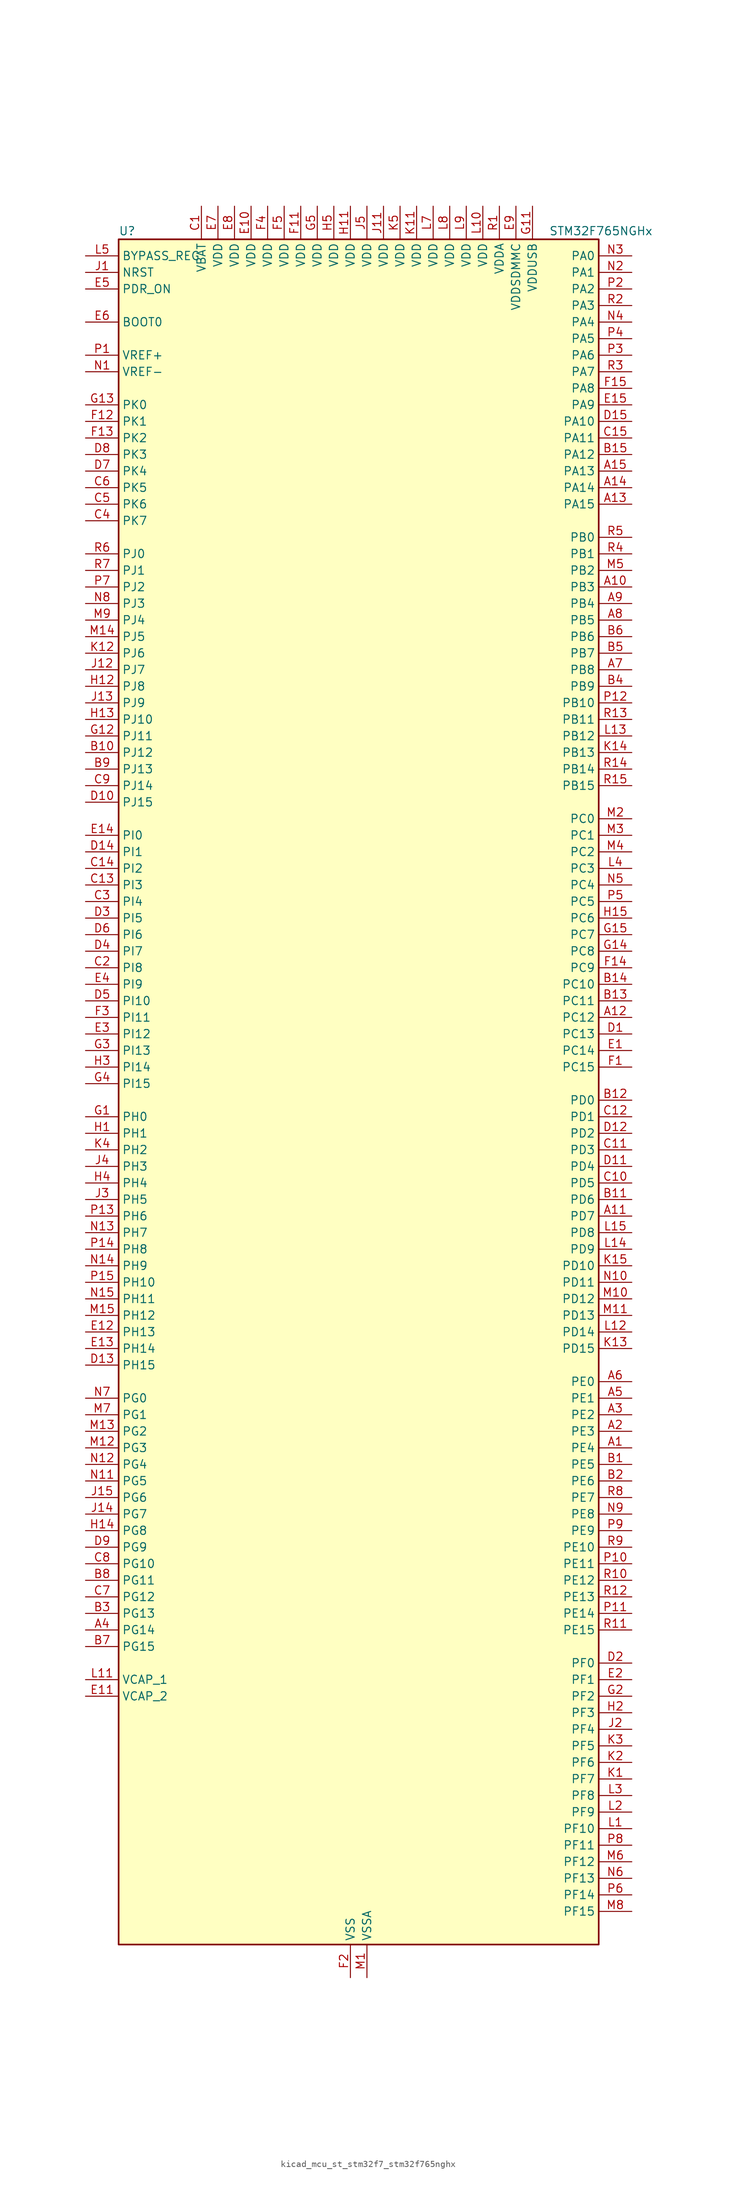
<source format=kicad_sym>
(kicad_symbol_lib
  (version 20220914)
  (generator kicad_symbol_editor)
  (symbol "kicad_mcu_st_stm32f7_stm32f765nghx"
    (property "Reference" "U"
      (at -35.56 133.35 0)
      (effects (font (size 1.27 1.27)) (justify left)))
    (property "Value" "STM32F765NGHx"
      (at 30.48 133.35 0)
      (effects (font (size 1.27 1.27)) (justify left)))
    (property "ki_locked" ""
      (at 0 0 0)
      (effects (font (size 1.27 1.27))))
    (symbol "kicad_mcu_st_stm32f7_stm32f765nghx_0_1"
      (rectangle (start -35.56 -129.54) (end 38.1 132.08) (stroke (width 0.254) (type default)) (fill (type background))))
    (symbol "kicad_mcu_st_stm32f7_stm32f765nghx_1_1"
      (pin bidirectional line (at 43.18 -53.34 180) (length 5.08) (name "PE4" (effects (font (size 1.27 1.27)))) (number "A1" (effects (font (size 1.27 1.27)))) (alternate "DCMI_D4" bidirectional line) (alternate "DFSDM1_DATIN3" bidirectional line) (alternate "FMC_A20" bidirectional line) (alternate "SAI1_FS_A" bidirectional line) (alternate "SPI4_NSS" bidirectional line) (alternate "SYS_TRACED1" bidirectional line))
      (pin bidirectional line (at 43.18 78.74 180) (length 5.08) (name "PB3" (effects (font (size 1.27 1.27)))) (number "A10" (effects (font (size 1.27 1.27)))) (alternate "CAN3_RX" bidirectional line) (alternate "I2S1_CK" bidirectional line) (alternate "I2S3_CK" bidirectional line) (alternate "SDMMC2_D2" bidirectional line) (alternate "SPI1_SCK" bidirectional line) (alternate "SPI3_SCK" bidirectional line) (alternate "SPI6_SCK" bidirectional line) (alternate "SYS_JTDO-SWO" bidirectional line) (alternate "TIM2_CH2" bidirectional line) (alternate "UART7_RX" bidirectional line))
      (pin bidirectional line (at 43.18 -17.78 180) (length 5.08) (name "PD7" (effects (font (size 1.27 1.27)))) (number "A11" (effects (font (size 1.27 1.27)))) (alternate "DFSDM1_CKIN1" bidirectional line) (alternate "DFSDM1_DATIN4" bidirectional line) (alternate "FMC_NE1" bidirectional line) (alternate "I2S1_SD" bidirectional line) (alternate "SDMMC2_CMD" bidirectional line) (alternate "SPDIFRX_IN0" bidirectional line) (alternate "SPI1_MOSI" bidirectional line) (alternate "USART2_CK" bidirectional line))
      (pin bidirectional line (at 43.18 12.7 180) (length 5.08) (name "PC12" (effects (font (size 1.27 1.27)))) (number "A12" (effects (font (size 1.27 1.27)))) (alternate "DCMI_D9" bidirectional line) (alternate "I2S3_SD" bidirectional line) (alternate "SDMMC1_CK" bidirectional line) (alternate "SPI3_MOSI" bidirectional line) (alternate "SYS_TRACED3" bidirectional line) (alternate "UART5_TX" bidirectional line) (alternate "USART3_CK" bidirectional line))
      (pin bidirectional line (at 43.18 91.44 180) (length 5.08) (name "PA15" (effects (font (size 1.27 1.27)))) (number "A13" (effects (font (size 1.27 1.27)))) (alternate "CAN3_TX" bidirectional line) (alternate "CEC" bidirectional line) (alternate "I2S1_WS" bidirectional line) (alternate "I2S3_WS" bidirectional line) (alternate "SPI1_NSS" bidirectional line) (alternate "SPI3_NSS" bidirectional line) (alternate "SPI6_NSS" bidirectional line) (alternate "SYS_JTDI" bidirectional line) (alternate "TIM2_CH1" bidirectional line) (alternate "TIM2_ETR" bidirectional line) (alternate "UART4_DE" bidirectional line) (alternate "UART4_RTS" bidirectional line) (alternate "UART7_TX" bidirectional line))
      (pin bidirectional line (at 43.18 93.98 180) (length 5.08) (name "PA14" (effects (font (size 1.27 1.27)))) (number "A14" (effects (font (size 1.27 1.27)))) (alternate "SYS_JTCK-SWCLK" bidirectional line))
      (pin bidirectional line (at 43.18 96.52 180) (length 5.08) (name "PA13" (effects (font (size 1.27 1.27)))) (number "A15" (effects (font (size 1.27 1.27)))) (alternate "SYS_JTMS-SWDIO" bidirectional line))
      (pin bidirectional line (at 43.18 -50.8 180) (length 5.08) (name "PE3" (effects (font (size 1.27 1.27)))) (number "A2" (effects (font (size 1.27 1.27)))) (alternate "FMC_A19" bidirectional line) (alternate "SAI1_SD_B" bidirectional line) (alternate "SYS_TRACED0" bidirectional line))
      (pin bidirectional line (at 43.18 -48.26 180) (length 5.08) (name "PE2" (effects (font (size 1.27 1.27)))) (number "A3" (effects (font (size 1.27 1.27)))) (alternate "ETH_TXD3" bidirectional line) (alternate "FMC_A23" bidirectional line) (alternate "QUADSPI_BK1_IO2" bidirectional line) (alternate "SAI1_MCLK_A" bidirectional line) (alternate "SPI4_SCK" bidirectional line) (alternate "SYS_TRACECLK" bidirectional line))
      (pin bidirectional line (at -40.64 -81.28 0) (length 5.08) (name "PG14" (effects (font (size 1.27 1.27)))) (number "A4" (effects (font (size 1.27 1.27)))) (alternate "ETH_TXD1" bidirectional line) (alternate "FMC_A25" bidirectional line) (alternate "LPTIM1_ETR" bidirectional line) (alternate "QUADSPI_BK2_IO3" bidirectional line) (alternate "SPI6_MOSI" bidirectional line) (alternate "SYS_TRACED1" bidirectional line) (alternate "USART6_TX" bidirectional line))
      (pin bidirectional line (at 43.18 -45.72 180) (length 5.08) (name "PE1" (effects (font (size 1.27 1.27)))) (number "A5" (effects (font (size 1.27 1.27)))) (alternate "DCMI_D3" bidirectional line) (alternate "FMC_NBL1" bidirectional line) (alternate "LPTIM1_IN2" bidirectional line) (alternate "UART8_TX" bidirectional line))
      (pin bidirectional line (at 43.18 -43.18 180) (length 5.08) (name "PE0" (effects (font (size 1.27 1.27)))) (number "A6" (effects (font (size 1.27 1.27)))) (alternate "DCMI_D2" bidirectional line) (alternate "FMC_NBL0" bidirectional line) (alternate "LPTIM1_ETR" bidirectional line) (alternate "SAI2_MCLK_A" bidirectional line) (alternate "TIM4_ETR" bidirectional line) (alternate "UART8_RX" bidirectional line))
      (pin bidirectional line (at 43.18 66.04 180) (length 5.08) (name "PB8" (effects (font (size 1.27 1.27)))) (number "A7" (effects (font (size 1.27 1.27)))) (alternate "CAN1_RX" bidirectional line) (alternate "DCMI_D6" bidirectional line) (alternate "DFSDM1_CKIN7" bidirectional line) (alternate "ETH_TXD3" bidirectional line) (alternate "I2C1_SCL" bidirectional line) (alternate "I2C4_SCL" bidirectional line) (alternate "SDMMC1_D4" bidirectional line) (alternate "SDMMC2_D4" bidirectional line) (alternate "TIM10_CH1" bidirectional line) (alternate "TIM4_CH3" bidirectional line) (alternate "UART5_RX" bidirectional line))
      (pin bidirectional line (at 43.18 73.66 180) (length 5.08) (name "PB5" (effects (font (size 1.27 1.27)))) (number "A8" (effects (font (size 1.27 1.27)))) (alternate "CAN2_RX" bidirectional line) (alternate "DCMI_D10" bidirectional line) (alternate "ETH_PPS_OUT" bidirectional line) (alternate "FMC_SDCKE1" bidirectional line) (alternate "I2C1_SMBA" bidirectional line) (alternate "I2S1_SD" bidirectional line) (alternate "I2S3_SD" bidirectional line) (alternate "SPI1_MOSI" bidirectional line) (alternate "SPI3_MOSI" bidirectional line) (alternate "SPI6_MOSI" bidirectional line) (alternate "TIM3_CH2" bidirectional line) (alternate "UART5_RX" bidirectional line) (alternate "USB_OTG_HS_ULPI_D7" bidirectional line))
      (pin bidirectional line (at 43.18 76.2 180) (length 5.08) (name "PB4" (effects (font (size 1.27 1.27)))) (number "A9" (effects (font (size 1.27 1.27)))) (alternate "CAN3_TX" bidirectional line) (alternate "I2S2_WS" bidirectional line) (alternate "SDMMC2_D3" bidirectional line) (alternate "SPI1_MISO" bidirectional line) (alternate "SPI2_NSS" bidirectional line) (alternate "SPI3_MISO" bidirectional line) (alternate "SPI6_MISO" bidirectional line) (alternate "SYS_JTRST" bidirectional line) (alternate "TIM3_CH1" bidirectional line) (alternate "UART7_TX" bidirectional line))
      (pin bidirectional line (at 43.18 -55.88 180) (length 5.08) (name "PE5" (effects (font (size 1.27 1.27)))) (number "B1" (effects (font (size 1.27 1.27)))) (alternate "DCMI_D6" bidirectional line) (alternate "DFSDM1_CKIN3" bidirectional line) (alternate "FMC_A21" bidirectional line) (alternate "SAI1_SCK_A" bidirectional line) (alternate "SPI4_MISO" bidirectional line) (alternate "SYS_TRACED2" bidirectional line) (alternate "TIM9_CH1" bidirectional line))
      (pin bidirectional line (at -40.64 53.34 0) (length 5.08) (name "PJ12" (effects (font (size 1.27 1.27)))) (number "B10" (effects (font (size 1.27 1.27)))))
      (pin bidirectional line (at 43.18 -15.24 180) (length 5.08) (name "PD6" (effects (font (size 1.27 1.27)))) (number "B11" (effects (font (size 1.27 1.27)))) (alternate "DCMI_D10" bidirectional line) (alternate "DFSDM1_CKIN4" bidirectional line) (alternate "DFSDM1_DATIN1" bidirectional line) (alternate "FMC_NWAIT" bidirectional line) (alternate "I2S3_SD" bidirectional line) (alternate "SAI1_SD_A" bidirectional line) (alternate "SDMMC2_CK" bidirectional line) (alternate "SPI3_MOSI" bidirectional line) (alternate "USART2_RX" bidirectional line))
      (pin bidirectional line (at 43.18 0 180) (length 5.08) (name "PD0" (effects (font (size 1.27 1.27)))) (number "B12" (effects (font (size 1.27 1.27)))) (alternate "CAN1_RX" bidirectional line) (alternate "DFSDM1_CKIN6" bidirectional line) (alternate "DFSDM1_DATIN7" bidirectional line) (alternate "FMC_D2" bidirectional line) (alternate "FMC_DA2" bidirectional line) (alternate "UART4_RX" bidirectional line))
      (pin bidirectional line (at 43.18 15.24 180) (length 5.08) (name "PC11" (effects (font (size 1.27 1.27)))) (number "B13" (effects (font (size 1.27 1.27)))) (alternate "ADC1_EXTI11" bidirectional line) (alternate "ADC2_EXTI11" bidirectional line) (alternate "ADC3_EXTI11" bidirectional line) (alternate "DCMI_D4" bidirectional line) (alternate "DFSDM1_DATIN5" bidirectional line) (alternate "QUADSPI_BK2_NCS" bidirectional line) (alternate "SDMMC1_D3" bidirectional line) (alternate "SPI3_MISO" bidirectional line) (alternate "UART4_RX" bidirectional line) (alternate "USART3_RX" bidirectional line))
      (pin bidirectional line (at 43.18 17.78 180) (length 5.08) (name "PC10" (effects (font (size 1.27 1.27)))) (number "B14" (effects (font (size 1.27 1.27)))) (alternate "DCMI_D8" bidirectional line) (alternate "DFSDM1_CKIN5" bidirectional line) (alternate "I2S3_CK" bidirectional line) (alternate "QUADSPI_BK1_IO1" bidirectional line) (alternate "SDMMC1_D2" bidirectional line) (alternate "SPI3_SCK" bidirectional line) (alternate "UART4_TX" bidirectional line) (alternate "USART3_TX" bidirectional line))
      (pin bidirectional line (at 43.18 99.06 180) (length 5.08) (name "PA12" (effects (font (size 1.27 1.27)))) (number "B15" (effects (font (size 1.27 1.27)))) (alternate "CAN1_TX" bidirectional line) (alternate "I2S2_CK" bidirectional line) (alternate "SAI2_FS_B" bidirectional line) (alternate "SPI2_SCK" bidirectional line) (alternate "TIM1_ETR" bidirectional line) (alternate "UART4_TX" bidirectional line) (alternate "USART1_DE" bidirectional line) (alternate "USART1_RTS" bidirectional line) (alternate "USB_OTG_FS_DP" bidirectional line))
      (pin bidirectional line (at 43.18 -58.42 180) (length 5.08) (name "PE6" (effects (font (size 1.27 1.27)))) (number "B2" (effects (font (size 1.27 1.27)))) (alternate "DCMI_D7" bidirectional line) (alternate "FMC_A22" bidirectional line) (alternate "SAI1_SD_A" bidirectional line) (alternate "SAI2_MCLK_B" bidirectional line) (alternate "SPI4_MOSI" bidirectional line) (alternate "SYS_TRACED3" bidirectional line) (alternate "TIM1_BKIN2" bidirectional line) (alternate "TIM9_CH2" bidirectional line))
      (pin bidirectional line (at -40.64 -78.74 0) (length 5.08) (name "PG13" (effects (font (size 1.27 1.27)))) (number "B3" (effects (font (size 1.27 1.27)))) (alternate "ETH_TXD0" bidirectional line) (alternate "FMC_A24" bidirectional line) (alternate "LPTIM1_OUT" bidirectional line) (alternate "SPI6_SCK" bidirectional line) (alternate "SYS_TRACED0" bidirectional line) (alternate "USART6_CTS" bidirectional line))
      (pin bidirectional line (at 43.18 63.5 180) (length 5.08) (name "PB9" (effects (font (size 1.27 1.27)))) (number "B4" (effects (font (size 1.27 1.27)))) (alternate "CAN1_TX" bidirectional line) (alternate "DAC_EXTI9" bidirectional line) (alternate "DCMI_D7" bidirectional line) (alternate "DFSDM1_DATIN7" bidirectional line) (alternate "I2C1_SDA" bidirectional line) (alternate "I2C4_SDA" bidirectional line) (alternate "I2C4_SMBA" bidirectional line) (alternate "I2S2_WS" bidirectional line) (alternate "SDMMC1_D5" bidirectional line) (alternate "SDMMC2_D5" bidirectional line) (alternate "SPI2_NSS" bidirectional line) (alternate "TIM11_CH1" bidirectional line) (alternate "TIM4_CH4" bidirectional line) (alternate "UART5_TX" bidirectional line))
      (pin bidirectional line (at 43.18 68.58 180) (length 5.08) (name "PB7" (effects (font (size 1.27 1.27)))) (number "B5" (effects (font (size 1.27 1.27)))) (alternate "DCMI_VSYNC" bidirectional line) (alternate "DFSDM1_CKIN5" bidirectional line) (alternate "FMC_NL" bidirectional line) (alternate "I2C1_SDA" bidirectional line) (alternate "I2C4_SDA" bidirectional line) (alternate "TIM4_CH2" bidirectional line) (alternate "USART1_RX" bidirectional line))
      (pin bidirectional line (at 43.18 71.12 180) (length 5.08) (name "PB6" (effects (font (size 1.27 1.27)))) (number "B6" (effects (font (size 1.27 1.27)))) (alternate "CAN2_TX" bidirectional line) (alternate "CEC" bidirectional line) (alternate "DCMI_D5" bidirectional line) (alternate "DFSDM1_DATIN5" bidirectional line) (alternate "FMC_SDNE1" bidirectional line) (alternate "I2C1_SCL" bidirectional line) (alternate "I2C4_SCL" bidirectional line) (alternate "QUADSPI_BK1_NCS" bidirectional line) (alternate "TIM4_CH1" bidirectional line) (alternate "UART5_TX" bidirectional line) (alternate "USART1_TX" bidirectional line))
      (pin bidirectional line (at -40.64 -83.82 0) (length 5.08) (name "PG15" (effects (font (size 1.27 1.27)))) (number "B7" (effects (font (size 1.27 1.27)))) (alternate "DCMI_D13" bidirectional line) (alternate "FMC_SDNCAS" bidirectional line) (alternate "USART6_CTS" bidirectional line))
      (pin bidirectional line (at -40.64 -73.66 0) (length 5.08) (name "PG11" (effects (font (size 1.27 1.27)))) (number "B8" (effects (font (size 1.27 1.27)))) (alternate "ADC1_EXTI11" bidirectional line) (alternate "ADC2_EXTI11" bidirectional line) (alternate "ADC3_EXTI11" bidirectional line) (alternate "DCMI_D3" bidirectional line) (alternate "ETH_TX_EN" bidirectional line) (alternate "I2S1_CK" bidirectional line) (alternate "SDMMC2_D2" bidirectional line) (alternate "SPDIFRX_IN0" bidirectional line) (alternate "SPI1_SCK" bidirectional line))
      (pin bidirectional line (at -40.64 50.8 0) (length 5.08) (name "PJ13" (effects (font (size 1.27 1.27)))) (number "B9" (effects (font (size 1.27 1.27)))))
      (pin power_in line (at -22.86 137.16 270) (length 5.08) (name "VBAT" (effects (font (size 1.27 1.27)))) (number "C1" (effects (font (size 1.27 1.27)))))
      (pin bidirectional line (at 43.18 -12.7 180) (length 5.08) (name "PD5" (effects (font (size 1.27 1.27)))) (number "C10" (effects (font (size 1.27 1.27)))) (alternate "FMC_NWE" bidirectional line) (alternate "USART2_TX" bidirectional line))
      (pin bidirectional line (at 43.18 -7.62 180) (length 5.08) (name "PD3" (effects (font (size 1.27 1.27)))) (number "C11" (effects (font (size 1.27 1.27)))) (alternate "DCMI_D5" bidirectional line) (alternate "DFSDM1_CKOUT" bidirectional line) (alternate "DFSDM1_DATIN0" bidirectional line) (alternate "FMC_CLK" bidirectional line) (alternate "I2S2_CK" bidirectional line) (alternate "SPI2_SCK" bidirectional line) (alternate "USART2_CTS" bidirectional line))
      (pin bidirectional line (at 43.18 -2.54 180) (length 5.08) (name "PD1" (effects (font (size 1.27 1.27)))) (number "C12" (effects (font (size 1.27 1.27)))) (alternate "CAN1_TX" bidirectional line) (alternate "DFSDM1_CKIN7" bidirectional line) (alternate "DFSDM1_DATIN6" bidirectional line) (alternate "FMC_D3" bidirectional line) (alternate "FMC_DA3" bidirectional line) (alternate "UART4_TX" bidirectional line))
      (pin bidirectional line (at -40.64 33.02 0) (length 5.08) (name "PI3" (effects (font (size 1.27 1.27)))) (number "C13" (effects (font (size 1.27 1.27)))) (alternate "DCMI_D10" bidirectional line) (alternate "FMC_D27" bidirectional line) (alternate "I2S2_SD" bidirectional line) (alternate "SPI2_MOSI" bidirectional line) (alternate "TIM8_ETR" bidirectional line))
      (pin bidirectional line (at -40.64 35.56 0) (length 5.08) (name "PI2" (effects (font (size 1.27 1.27)))) (number "C14" (effects (font (size 1.27 1.27)))) (alternate "DCMI_D9" bidirectional line) (alternate "FMC_D26" bidirectional line) (alternate "SPI2_MISO" bidirectional line) (alternate "TIM8_CH4" bidirectional line))
      (pin bidirectional line (at 43.18 101.6 180) (length 5.08) (name "PA11" (effects (font (size 1.27 1.27)))) (number "C15" (effects (font (size 1.27 1.27)))) (alternate "ADC1_EXTI11" bidirectional line) (alternate "ADC2_EXTI11" bidirectional line) (alternate "ADC3_EXTI11" bidirectional line) (alternate "CAN1_RX" bidirectional line) (alternate "I2S2_WS" bidirectional line) (alternate "SPI2_NSS" bidirectional line) (alternate "TIM1_CH4" bidirectional line) (alternate "UART4_RX" bidirectional line) (alternate "USART1_CTS" bidirectional line) (alternate "USB_OTG_FS_DM" bidirectional line))
      (pin bidirectional line (at -40.64 20.32 0) (length 5.08) (name "PI8" (effects (font (size 1.27 1.27)))) (number "C2" (effects (font (size 1.27 1.27)))) (alternate "RTC_TAMP2" bidirectional line) (alternate "RTC_TS" bidirectional line) (alternate "SYS_WKUP5" bidirectional line))
      (pin bidirectional line (at -40.64 30.48 0) (length 5.08) (name "PI4" (effects (font (size 1.27 1.27)))) (number "C3" (effects (font (size 1.27 1.27)))) (alternate "DCMI_D5" bidirectional line) (alternate "FMC_NBL2" bidirectional line) (alternate "SAI2_MCLK_A" bidirectional line) (alternate "TIM8_BKIN" bidirectional line))
      (pin bidirectional line (at -40.64 88.9 0) (length 5.08) (name "PK7" (effects (font (size 1.27 1.27)))) (number "C4" (effects (font (size 1.27 1.27)))))
      (pin bidirectional line (at -40.64 91.44 0) (length 5.08) (name "PK6" (effects (font (size 1.27 1.27)))) (number "C5" (effects (font (size 1.27 1.27)))))
      (pin bidirectional line (at -40.64 93.98 0) (length 5.08) (name "PK5" (effects (font (size 1.27 1.27)))) (number "C6" (effects (font (size 1.27 1.27)))))
      (pin bidirectional line (at -40.64 -76.2 0) (length 5.08) (name "PG12" (effects (font (size 1.27 1.27)))) (number "C7" (effects (font (size 1.27 1.27)))) (alternate "FMC_NE4" bidirectional line) (alternate "LPTIM1_IN1" bidirectional line) (alternate "SDMMC2_D3" bidirectional line) (alternate "SPDIFRX_IN1" bidirectional line) (alternate "SPI6_MISO" bidirectional line) (alternate "USART6_DE" bidirectional line) (alternate "USART6_RTS" bidirectional line))
      (pin bidirectional line (at -40.64 -71.12 0) (length 5.08) (name "PG10" (effects (font (size 1.27 1.27)))) (number "C8" (effects (font (size 1.27 1.27)))) (alternate "DCMI_D2" bidirectional line) (alternate "FMC_NE3" bidirectional line) (alternate "I2S1_WS" bidirectional line) (alternate "SAI2_SD_B" bidirectional line) (alternate "SDMMC2_D1" bidirectional line) (alternate "SPI1_NSS" bidirectional line))
      (pin bidirectional line (at -40.64 48.26 0) (length 5.08) (name "PJ14" (effects (font (size 1.27 1.27)))) (number "C9" (effects (font (size 1.27 1.27)))))
      (pin bidirectional line (at 43.18 10.16 180) (length 5.08) (name "PC13" (effects (font (size 1.27 1.27)))) (number "D1" (effects (font (size 1.27 1.27)))) (alternate "RTC_OUT" bidirectional line) (alternate "RTC_TAMP1" bidirectional line) (alternate "RTC_TS" bidirectional line) (alternate "SYS_WKUP4" bidirectional line))
      (pin bidirectional line (at -40.64 45.72 0) (length 5.08) (name "PJ15" (effects (font (size 1.27 1.27)))) (number "D10" (effects (font (size 1.27 1.27)))))
      (pin bidirectional line (at 43.18 -10.16 180) (length 5.08) (name "PD4" (effects (font (size 1.27 1.27)))) (number "D11" (effects (font (size 1.27 1.27)))) (alternate "DFSDM1_CKIN0" bidirectional line) (alternate "FMC_NOE" bidirectional line) (alternate "USART2_DE" bidirectional line) (alternate "USART2_RTS" bidirectional line))
      (pin bidirectional line (at 43.18 -5.08 180) (length 5.08) (name "PD2" (effects (font (size 1.27 1.27)))) (number "D12" (effects (font (size 1.27 1.27)))) (alternate "DCMI_D11" bidirectional line) (alternate "SDMMC1_CMD" bidirectional line) (alternate "SYS_TRACED2" bidirectional line) (alternate "TIM3_ETR" bidirectional line) (alternate "UART5_RX" bidirectional line))
      (pin bidirectional line (at -40.64 -40.64 0) (length 5.08) (name "PH15" (effects (font (size 1.27 1.27)))) (number "D13" (effects (font (size 1.27 1.27)))) (alternate "DCMI_D11" bidirectional line) (alternate "FMC_D23" bidirectional line) (alternate "TIM8_CH3N" bidirectional line))
      (pin bidirectional line (at -40.64 38.1 0) (length 5.08) (name "PI1" (effects (font (size 1.27 1.27)))) (number "D14" (effects (font (size 1.27 1.27)))) (alternate "DCMI_D8" bidirectional line) (alternate "FMC_D25" bidirectional line) (alternate "I2S2_CK" bidirectional line) (alternate "SPI2_SCK" bidirectional line) (alternate "TIM8_BKIN2" bidirectional line))
      (pin bidirectional line (at 43.18 104.14 180) (length 5.08) (name "PA10" (effects (font (size 1.27 1.27)))) (number "D15" (effects (font (size 1.27 1.27)))) (alternate "DCMI_D1" bidirectional line) (alternate "MDIOS_MDIO" bidirectional line) (alternate "TIM1_CH3" bidirectional line) (alternate "USART1_RX" bidirectional line) (alternate "USB_OTG_FS_ID" bidirectional line))
      (pin bidirectional line (at 43.18 -86.36 180) (length 5.08) (name "PF0" (effects (font (size 1.27 1.27)))) (number "D2" (effects (font (size 1.27 1.27)))) (alternate "FMC_A0" bidirectional line) (alternate "I2C2_SDA" bidirectional line))
      (pin bidirectional line (at -40.64 27.94 0) (length 5.08) (name "PI5" (effects (font (size 1.27 1.27)))) (number "D3" (effects (font (size 1.27 1.27)))) (alternate "DCMI_VSYNC" bidirectional line) (alternate "FMC_NBL3" bidirectional line) (alternate "SAI2_SCK_A" bidirectional line) (alternate "TIM8_CH1" bidirectional line))
      (pin bidirectional line (at -40.64 22.86 0) (length 5.08) (name "PI7" (effects (font (size 1.27 1.27)))) (number "D4" (effects (font (size 1.27 1.27)))) (alternate "DCMI_D7" bidirectional line) (alternate "FMC_D29" bidirectional line) (alternate "SAI2_FS_A" bidirectional line) (alternate "TIM8_CH3" bidirectional line))
      (pin bidirectional line (at -40.64 15.24 0) (length 5.08) (name "PI10" (effects (font (size 1.27 1.27)))) (number "D5" (effects (font (size 1.27 1.27)))) (alternate "ETH_RX_ER" bidirectional line) (alternate "FMC_D31" bidirectional line))
      (pin bidirectional line (at -40.64 25.4 0) (length 5.08) (name "PI6" (effects (font (size 1.27 1.27)))) (number "D6" (effects (font (size 1.27 1.27)))) (alternate "DCMI_D6" bidirectional line) (alternate "FMC_D28" bidirectional line) (alternate "SAI2_SD_A" bidirectional line) (alternate "TIM8_CH2" bidirectional line))
      (pin bidirectional line (at -40.64 96.52 0) (length 5.08) (name "PK4" (effects (font (size 1.27 1.27)))) (number "D7" (effects (font (size 1.27 1.27)))))
      (pin bidirectional line (at -40.64 99.06 0) (length 5.08) (name "PK3" (effects (font (size 1.27 1.27)))) (number "D8" (effects (font (size 1.27 1.27)))))
      (pin bidirectional line (at -40.64 -68.58 0) (length 5.08) (name "PG9" (effects (font (size 1.27 1.27)))) (number "D9" (effects (font (size 1.27 1.27)))) (alternate "DAC_EXTI9" bidirectional line) (alternate "DCMI_VSYNC" bidirectional line) (alternate "FMC_NCE" bidirectional line) (alternate "FMC_NE2" bidirectional line) (alternate "QUADSPI_BK2_IO2" bidirectional line) (alternate "SAI2_FS_B" bidirectional line) (alternate "SDMMC2_D0" bidirectional line) (alternate "SPDIFRX_IN3" bidirectional line) (alternate "SPI1_MISO" bidirectional line) (alternate "USART6_RX" bidirectional line))
      (pin bidirectional line (at 43.18 7.62 180) (length 5.08) (name "PC14" (effects (font (size 1.27 1.27)))) (number "E1" (effects (font (size 1.27 1.27)))) (alternate "RCC_OSC32_IN" bidirectional line))
      (pin power_in line (at -15.24 137.16 270) (length 5.08) (name "VDD" (effects (font (size 1.27 1.27)))) (number "E10" (effects (font (size 1.27 1.27)))))
      (pin power_out line (at -40.64 -91.44 0) (length 5.08) (name "VCAP_2" (effects (font (size 1.27 1.27)))) (number "E11" (effects (font (size 1.27 1.27)))))
      (pin bidirectional line (at -40.64 -35.56 0) (length 5.08) (name "PH13" (effects (font (size 1.27 1.27)))) (number "E12" (effects (font (size 1.27 1.27)))) (alternate "CAN1_TX" bidirectional line) (alternate "FMC_D21" bidirectional line) (alternate "TIM8_CH1N" bidirectional line) (alternate "UART4_TX" bidirectional line))
      (pin bidirectional line (at -40.64 -38.1 0) (length 5.08) (name "PH14" (effects (font (size 1.27 1.27)))) (number "E13" (effects (font (size 1.27 1.27)))) (alternate "CAN1_RX" bidirectional line) (alternate "DCMI_D4" bidirectional line) (alternate "FMC_D22" bidirectional line) (alternate "TIM8_CH2N" bidirectional line) (alternate "UART4_RX" bidirectional line))
      (pin bidirectional line (at -40.64 40.64 0) (length 5.08) (name "PI0" (effects (font (size 1.27 1.27)))) (number "E14" (effects (font (size 1.27 1.27)))) (alternate "DCMI_D13" bidirectional line) (alternate "FMC_D24" bidirectional line) (alternate "I2S2_WS" bidirectional line) (alternate "SPI2_NSS" bidirectional line) (alternate "TIM5_CH4" bidirectional line))
      (pin bidirectional line (at 43.18 106.68 180) (length 5.08) (name "PA9" (effects (font (size 1.27 1.27)))) (number "E15" (effects (font (size 1.27 1.27)))) (alternate "DAC_EXTI9" bidirectional line) (alternate "DCMI_D0" bidirectional line) (alternate "I2C3_SMBA" bidirectional line) (alternate "I2S2_CK" bidirectional line) (alternate "SPI2_SCK" bidirectional line) (alternate "TIM1_CH2" bidirectional line) (alternate "USART1_TX" bidirectional line) (alternate "USB_OTG_FS_VBUS" bidirectional line))
      (pin bidirectional line (at 43.18 -88.9 180) (length 5.08) (name "PF1" (effects (font (size 1.27 1.27)))) (number "E2" (effects (font (size 1.27 1.27)))) (alternate "FMC_A1" bidirectional line) (alternate "I2C2_SCL" bidirectional line))
      (pin bidirectional line (at -40.64 10.16 0) (length 5.08) (name "PI12" (effects (font (size 1.27 1.27)))) (number "E3" (effects (font (size 1.27 1.27)))))
      (pin bidirectional line (at -40.64 17.78 0) (length 5.08) (name "PI9" (effects (font (size 1.27 1.27)))) (number "E4" (effects (font (size 1.27 1.27)))) (alternate "CAN1_RX" bidirectional line) (alternate "DAC_EXTI9" bidirectional line) (alternate "FMC_D30" bidirectional line) (alternate "UART4_RX" bidirectional line))
      (pin input line (at -40.64 124.46 0) (length 5.08) (name "PDR_ON" (effects (font (size 1.27 1.27)))) (number "E5" (effects (font (size 1.27 1.27)))))
      (pin input line (at -40.64 119.38 0) (length 5.08) (name "BOOT0" (effects (font (size 1.27 1.27)))) (number "E6" (effects (font (size 1.27 1.27)))))
      (pin power_in line (at -20.32 137.16 270) (length 5.08) (name "VDD" (effects (font (size 1.27 1.27)))) (number "E7" (effects (font (size 1.27 1.27)))))
      (pin power_in line (at -17.78 137.16 270) (length 5.08) (name "VDD" (effects (font (size 1.27 1.27)))) (number "E8" (effects (font (size 1.27 1.27)))))
      (pin power_in line (at 25.4 137.16 270) (length 5.08) (name "VDDSDMMC" (effects (font (size 1.27 1.27)))) (number "E9" (effects (font (size 1.27 1.27)))))
      (pin bidirectional line (at 43.18 5.08 180) (length 5.08) (name "PC15" (effects (font (size 1.27 1.27)))) (number "F1" (effects (font (size 1.27 1.27)))) (alternate "RCC_OSC32_OUT" bidirectional line))
      (pin passive line (at 0 -134.62 90) (length 5.08) hide (name "VSS" (effects (font (size 1.27 1.27)))) (number "F10" (effects (font (size 1.27 1.27)))))
      (pin power_in line (at -7.62 137.16 270) (length 5.08) (name "VDD" (effects (font (size 1.27 1.27)))) (number "F11" (effects (font (size 1.27 1.27)))))
      (pin bidirectional line (at -40.64 104.14 0) (length 5.08) (name "PK1" (effects (font (size 1.27 1.27)))) (number "F12" (effects (font (size 1.27 1.27)))))
      (pin bidirectional line (at -40.64 101.6 0) (length 5.08) (name "PK2" (effects (font (size 1.27 1.27)))) (number "F13" (effects (font (size 1.27 1.27)))))
      (pin bidirectional line (at 43.18 20.32 180) (length 5.08) (name "PC9" (effects (font (size 1.27 1.27)))) (number "F14" (effects (font (size 1.27 1.27)))) (alternate "DAC_EXTI9" bidirectional line) (alternate "DCMI_D3" bidirectional line) (alternate "I2C3_SDA" bidirectional line) (alternate "I2S_CKIN" bidirectional line) (alternate "QUADSPI_BK1_IO0" bidirectional line) (alternate "RCC_MCO_2" bidirectional line) (alternate "SDMMC1_D1" bidirectional line) (alternate "TIM3_CH4" bidirectional line) (alternate "TIM8_CH4" bidirectional line) (alternate "UART5_CTS" bidirectional line))
      (pin bidirectional line (at 43.18 109.22 180) (length 5.08) (name "PA8" (effects (font (size 1.27 1.27)))) (number "F15" (effects (font (size 1.27 1.27)))) (alternate "CAN3_RX" bidirectional line) (alternate "I2C3_SCL" bidirectional line) (alternate "RCC_MCO_1" bidirectional line) (alternate "TIM1_CH1" bidirectional line) (alternate "TIM8_BKIN2" bidirectional line) (alternate "UART7_RX" bidirectional line) (alternate "USART1_CK" bidirectional line) (alternate "USB_OTG_FS_SOF" bidirectional line))
      (pin power_in line (at 0 -134.62 90) (length 5.08) (name "VSS" (effects (font (size 1.27 1.27)))) (number "F2" (effects (font (size 1.27 1.27)))))
      (pin bidirectional line (at -40.64 12.7 0) (length 5.08) (name "PI11" (effects (font (size 1.27 1.27)))) (number "F3" (effects (font (size 1.27 1.27)))) (alternate "ADC1_EXTI11" bidirectional line) (alternate "ADC2_EXTI11" bidirectional line) (alternate "ADC3_EXTI11" bidirectional line) (alternate "SYS_WKUP6" bidirectional line) (alternate "USB_OTG_HS_ULPI_DIR" bidirectional line))
      (pin power_in line (at -12.7 137.16 270) (length 5.08) (name "VDD" (effects (font (size 1.27 1.27)))) (number "F4" (effects (font (size 1.27 1.27)))))
      (pin power_in line (at -10.16 137.16 270) (length 5.08) (name "VDD" (effects (font (size 1.27 1.27)))) (number "F5" (effects (font (size 1.27 1.27)))))
      (pin passive line (at 0 -134.62 90) (length 5.08) hide (name "VSS" (effects (font (size 1.27 1.27)))) (number "F6" (effects (font (size 1.27 1.27)))))
      (pin passive line (at 0 -134.62 90) (length 5.08) hide (name "VSS" (effects (font (size 1.27 1.27)))) (number "F7" (effects (font (size 1.27 1.27)))))
      (pin passive line (at 0 -134.62 90) (length 5.08) hide (name "VSS" (effects (font (size 1.27 1.27)))) (number "F8" (effects (font (size 1.27 1.27)))))
      (pin passive line (at 0 -134.62 90) (length 5.08) hide (name "VSS" (effects (font (size 1.27 1.27)))) (number "F9" (effects (font (size 1.27 1.27)))))
      (pin bidirectional line (at -40.64 -2.54 0) (length 5.08) (name "PH0" (effects (font (size 1.27 1.27)))) (number "G1" (effects (font (size 1.27 1.27)))) (alternate "RCC_OSC_IN" bidirectional line))
      (pin passive line (at 0 -134.62 90) (length 5.08) hide (name "VSS" (effects (font (size 1.27 1.27)))) (number "G10" (effects (font (size 1.27 1.27)))))
      (pin power_in line (at 27.94 137.16 270) (length 5.08) (name "VDDUSB" (effects (font (size 1.27 1.27)))) (number "G11" (effects (font (size 1.27 1.27)))))
      (pin bidirectional line (at -40.64 55.88 0) (length 5.08) (name "PJ11" (effects (font (size 1.27 1.27)))) (number "G12" (effects (font (size 1.27 1.27)))) (alternate "ADC1_EXTI11" bidirectional line) (alternate "ADC2_EXTI11" bidirectional line) (alternate "ADC3_EXTI11" bidirectional line))
      (pin bidirectional line (at -40.64 106.68 0) (length 5.08) (name "PK0" (effects (font (size 1.27 1.27)))) (number "G13" (effects (font (size 1.27 1.27)))))
      (pin bidirectional line (at 43.18 22.86 180) (length 5.08) (name "PC8" (effects (font (size 1.27 1.27)))) (number "G14" (effects (font (size 1.27 1.27)))) (alternate "DCMI_D2" bidirectional line) (alternate "FMC_NCE" bidirectional line) (alternate "FMC_NE2" bidirectional line) (alternate "SDMMC1_D0" bidirectional line) (alternate "SYS_TRACED1" bidirectional line) (alternate "TIM3_CH3" bidirectional line) (alternate "TIM8_CH3" bidirectional line) (alternate "UART5_DE" bidirectional line) (alternate "UART5_RTS" bidirectional line) (alternate "USART6_CK" bidirectional line))
      (pin bidirectional line (at 43.18 25.4 180) (length 5.08) (name "PC7" (effects (font (size 1.27 1.27)))) (number "G15" (effects (font (size 1.27 1.27)))) (alternate "DCMI_D1" bidirectional line) (alternate "DFSDM1_DATIN3" bidirectional line) (alternate "FMC_NE1" bidirectional line) (alternate "I2S3_MCK" bidirectional line) (alternate "SDMMC1_D7" bidirectional line) (alternate "SDMMC2_D7" bidirectional line) (alternate "TIM3_CH2" bidirectional line) (alternate "TIM8_CH2" bidirectional line) (alternate "USART6_RX" bidirectional line))
      (pin bidirectional line (at 43.18 -91.44 180) (length 5.08) (name "PF2" (effects (font (size 1.27 1.27)))) (number "G2" (effects (font (size 1.27 1.27)))) (alternate "FMC_A2" bidirectional line) (alternate "I2C2_SMBA" bidirectional line))
      (pin bidirectional line (at -40.64 7.62 0) (length 5.08) (name "PI13" (effects (font (size 1.27 1.27)))) (number "G3" (effects (font (size 1.27 1.27)))))
      (pin bidirectional line (at -40.64 2.54 0) (length 5.08) (name "PI15" (effects (font (size 1.27 1.27)))) (number "G4" (effects (font (size 1.27 1.27)))))
      (pin power_in line (at -5.08 137.16 270) (length 5.08) (name "VDD" (effects (font (size 1.27 1.27)))) (number "G5" (effects (font (size 1.27 1.27)))))
      (pin passive line (at 0 -134.62 90) (length 5.08) hide (name "VSS" (effects (font (size 1.27 1.27)))) (number "G6" (effects (font (size 1.27 1.27)))))
      (pin bidirectional line (at -40.64 -5.08 0) (length 5.08) (name "PH1" (effects (font (size 1.27 1.27)))) (number "H1" (effects (font (size 1.27 1.27)))) (alternate "RCC_OSC_OUT" bidirectional line))
      (pin passive line (at 0 -134.62 90) (length 5.08) hide (name "VSS" (effects (font (size 1.27 1.27)))) (number "H10" (effects (font (size 1.27 1.27)))))
      (pin power_in line (at 0 137.16 270) (length 5.08) (name "VDD" (effects (font (size 1.27 1.27)))) (number "H11" (effects (font (size 1.27 1.27)))))
      (pin bidirectional line (at -40.64 63.5 0) (length 5.08) (name "PJ8" (effects (font (size 1.27 1.27)))) (number "H12" (effects (font (size 1.27 1.27)))))
      (pin bidirectional line (at -40.64 58.42 0) (length 5.08) (name "PJ10" (effects (font (size 1.27 1.27)))) (number "H13" (effects (font (size 1.27 1.27)))))
      (pin bidirectional line (at -40.64 -66.04 0) (length 5.08) (name "PG8" (effects (font (size 1.27 1.27)))) (number "H14" (effects (font (size 1.27 1.27)))) (alternate "ETH_PPS_OUT" bidirectional line) (alternate "FMC_SDCLK" bidirectional line) (alternate "SPDIFRX_IN2" bidirectional line) (alternate "SPI6_NSS" bidirectional line) (alternate "USART6_DE" bidirectional line) (alternate "USART6_RTS" bidirectional line))
      (pin bidirectional line (at 43.18 27.94 180) (length 5.08) (name "PC6" (effects (font (size 1.27 1.27)))) (number "H15" (effects (font (size 1.27 1.27)))) (alternate "DCMI_D0" bidirectional line) (alternate "DFSDM1_CKIN3" bidirectional line) (alternate "FMC_NWAIT" bidirectional line) (alternate "I2S2_MCK" bidirectional line) (alternate "SDMMC1_D6" bidirectional line) (alternate "SDMMC2_D6" bidirectional line) (alternate "TIM3_CH1" bidirectional line) (alternate "TIM8_CH1" bidirectional line) (alternate "USART6_TX" bidirectional line))
      (pin bidirectional line (at 43.18 -93.98 180) (length 5.08) (name "PF3" (effects (font (size 1.27 1.27)))) (number "H2" (effects (font (size 1.27 1.27)))) (alternate "ADC3_IN9" bidirectional line) (alternate "FMC_A3" bidirectional line))
      (pin bidirectional line (at -40.64 5.08 0) (length 5.08) (name "PI14" (effects (font (size 1.27 1.27)))) (number "H3" (effects (font (size 1.27 1.27)))))
      (pin bidirectional line (at -40.64 -12.7 0) (length 5.08) (name "PH4" (effects (font (size 1.27 1.27)))) (number "H4" (effects (font (size 1.27 1.27)))) (alternate "I2C2_SCL" bidirectional line) (alternate "USB_OTG_HS_ULPI_NXT" bidirectional line))
      (pin power_in line (at -2.54 137.16 270) (length 5.08) (name "VDD" (effects (font (size 1.27 1.27)))) (number "H5" (effects (font (size 1.27 1.27)))))
      (pin passive line (at 0 -134.62 90) (length 5.08) hide (name "VSS" (effects (font (size 1.27 1.27)))) (number "H6" (effects (font (size 1.27 1.27)))))
      (pin input line (at -40.64 127 0) (length 5.08) (name "NRST" (effects (font (size 1.27 1.27)))) (number "J1" (effects (font (size 1.27 1.27)))))
      (pin passive line (at 0 -134.62 90) (length 5.08) hide (name "VSS" (effects (font (size 1.27 1.27)))) (number "J10" (effects (font (size 1.27 1.27)))))
      (pin power_in line (at 5.08 137.16 270) (length 5.08) (name "VDD" (effects (font (size 1.27 1.27)))) (number "J11" (effects (font (size 1.27 1.27)))))
      (pin bidirectional line (at -40.64 66.04 0) (length 5.08) (name "PJ7" (effects (font (size 1.27 1.27)))) (number "J12" (effects (font (size 1.27 1.27)))))
      (pin bidirectional line (at -40.64 60.96 0) (length 5.08) (name "PJ9" (effects (font (size 1.27 1.27)))) (number "J13" (effects (font (size 1.27 1.27)))) (alternate "DAC_EXTI9" bidirectional line))
      (pin bidirectional line (at -40.64 -63.5 0) (length 5.08) (name "PG7" (effects (font (size 1.27 1.27)))) (number "J14" (effects (font (size 1.27 1.27)))) (alternate "DCMI_D13" bidirectional line) (alternate "FMC_INT" bidirectional line) (alternate "SAI1_MCLK_A" bidirectional line) (alternate "USART6_CK" bidirectional line))
      (pin bidirectional line (at -40.64 -60.96 0) (length 5.08) (name "PG6" (effects (font (size 1.27 1.27)))) (number "J15" (effects (font (size 1.27 1.27)))) (alternate "DCMI_D12" bidirectional line) (alternate "FMC_NE3" bidirectional line))
      (pin bidirectional line (at 43.18 -96.52 180) (length 5.08) (name "PF4" (effects (font (size 1.27 1.27)))) (number "J2" (effects (font (size 1.27 1.27)))) (alternate "ADC3_IN14" bidirectional line) (alternate "FMC_A4" bidirectional line))
      (pin bidirectional line (at -40.64 -15.24 0) (length 5.08) (name "PH5" (effects (font (size 1.27 1.27)))) (number "J3" (effects (font (size 1.27 1.27)))) (alternate "FMC_SDNWE" bidirectional line) (alternate "I2C2_SDA" bidirectional line) (alternate "SPI5_NSS" bidirectional line))
      (pin bidirectional line (at -40.64 -10.16 0) (length 5.08) (name "PH3" (effects (font (size 1.27 1.27)))) (number "J4" (effects (font (size 1.27 1.27)))) (alternate "ETH_COL" bidirectional line) (alternate "FMC_SDNE0" bidirectional line) (alternate "QUADSPI_BK2_IO1" bidirectional line) (alternate "SAI2_MCLK_B" bidirectional line))
      (pin power_in line (at 2.54 137.16 270) (length 5.08) (name "VDD" (effects (font (size 1.27 1.27)))) (number "J5" (effects (font (size 1.27 1.27)))))
      (pin passive line (at 0 -134.62 90) (length 5.08) hide (name "VSS" (effects (font (size 1.27 1.27)))) (number "J6" (effects (font (size 1.27 1.27)))))
      (pin bidirectional line (at 43.18 -104.14 180) (length 5.08) (name "PF7" (effects (font (size 1.27 1.27)))) (number "K1" (effects (font (size 1.27 1.27)))) (alternate "ADC3_IN5" bidirectional line) (alternate "QUADSPI_BK1_IO2" bidirectional line) (alternate "SAI1_MCLK_B" bidirectional line) (alternate "SPI5_SCK" bidirectional line) (alternate "TIM11_CH1" bidirectional line) (alternate "UART7_TX" bidirectional line))
      (pin passive line (at 0 -134.62 90) (length 5.08) hide (name "VSS" (effects (font (size 1.27 1.27)))) (number "K10" (effects (font (size 1.27 1.27)))))
      (pin power_in line (at 10.16 137.16 270) (length 5.08) (name "VDD" (effects (font (size 1.27 1.27)))) (number "K11" (effects (font (size 1.27 1.27)))))
      (pin bidirectional line (at -40.64 68.58 0) (length 5.08) (name "PJ6" (effects (font (size 1.27 1.27)))) (number "K12" (effects (font (size 1.27 1.27)))))
      (pin bidirectional line (at 43.18 -38.1 180) (length 5.08) (name "PD15" (effects (font (size 1.27 1.27)))) (number "K13" (effects (font (size 1.27 1.27)))) (alternate "FMC_D1" bidirectional line) (alternate "FMC_DA1" bidirectional line) (alternate "TIM4_CH4" bidirectional line) (alternate "UART8_DE" bidirectional line) (alternate "UART8_RTS" bidirectional line))
      (pin bidirectional line (at 43.18 53.34 180) (length 5.08) (name "PB13" (effects (font (size 1.27 1.27)))) (number "K14" (effects (font (size 1.27 1.27)))) (alternate "CAN2_TX" bidirectional line) (alternate "DFSDM1_CKIN1" bidirectional line) (alternate "ETH_TXD1" bidirectional line) (alternate "I2S2_CK" bidirectional line) (alternate "SPI2_SCK" bidirectional line) (alternate "TIM1_CH1N" bidirectional line) (alternate "UART5_TX" bidirectional line) (alternate "USART3_CTS" bidirectional line) (alternate "USB_OTG_HS_ULPI_D6" bidirectional line) (alternate "USB_OTG_HS_VBUS" bidirectional line))
      (pin bidirectional line (at 43.18 -25.4 180) (length 5.08) (name "PD10" (effects (font (size 1.27 1.27)))) (number "K15" (effects (font (size 1.27 1.27)))) (alternate "DFSDM1_CKOUT" bidirectional line) (alternate "FMC_D15" bidirectional line) (alternate "FMC_DA15" bidirectional line) (alternate "USART3_CK" bidirectional line))
      (pin bidirectional line (at 43.18 -101.6 180) (length 5.08) (name "PF6" (effects (font (size 1.27 1.27)))) (number "K2" (effects (font (size 1.27 1.27)))) (alternate "ADC3_IN4" bidirectional line) (alternate "QUADSPI_BK1_IO3" bidirectional line) (alternate "SAI1_SD_B" bidirectional line) (alternate "SPI5_NSS" bidirectional line) (alternate "TIM10_CH1" bidirectional line) (alternate "UART7_RX" bidirectional line))
      (pin bidirectional line (at 43.18 -99.06 180) (length 5.08) (name "PF5" (effects (font (size 1.27 1.27)))) (number "K3" (effects (font (size 1.27 1.27)))) (alternate "ADC3_IN15" bidirectional line) (alternate "FMC_A5" bidirectional line))
      (pin bidirectional line (at -40.64 -7.62 0) (length 5.08) (name "PH2" (effects (font (size 1.27 1.27)))) (number "K4" (effects (font (size 1.27 1.27)))) (alternate "ETH_CRS" bidirectional line) (alternate "FMC_SDCKE0" bidirectional line) (alternate "LPTIM1_IN2" bidirectional line) (alternate "QUADSPI_BK2_IO0" bidirectional line) (alternate "SAI2_SCK_B" bidirectional line))
      (pin power_in line (at 7.62 137.16 270) (length 5.08) (name "VDD" (effects (font (size 1.27 1.27)))) (number "K5" (effects (font (size 1.27 1.27)))))
      (pin passive line (at 0 -134.62 90) (length 5.08) hide (name "VSS" (effects (font (size 1.27 1.27)))) (number "K6" (effects (font (size 1.27 1.27)))))
      (pin passive line (at 0 -134.62 90) (length 5.08) hide (name "VSS" (effects (font (size 1.27 1.27)))) (number "K7" (effects (font (size 1.27 1.27)))))
      (pin passive line (at 0 -134.62 90) (length 5.08) hide (name "VSS" (effects (font (size 1.27 1.27)))) (number "K8" (effects (font (size 1.27 1.27)))))
      (pin passive line (at 0 -134.62 90) (length 5.08) hide (name "VSS" (effects (font (size 1.27 1.27)))) (number "K9" (effects (font (size 1.27 1.27)))))
      (pin bidirectional line (at 43.18 -111.76 180) (length 5.08) (name "PF10" (effects (font (size 1.27 1.27)))) (number "L1" (effects (font (size 1.27 1.27)))) (alternate "ADC3_IN8" bidirectional line) (alternate "DCMI_D11" bidirectional line) (alternate "QUADSPI_CLK" bidirectional line))
      (pin power_in line (at 20.32 137.16 270) (length 5.08) (name "VDD" (effects (font (size 1.27 1.27)))) (number "L10" (effects (font (size 1.27 1.27)))))
      (pin power_out line (at -40.64 -88.9 0) (length 5.08) (name "VCAP_1" (effects (font (size 1.27 1.27)))) (number "L11" (effects (font (size 1.27 1.27)))))
      (pin bidirectional line (at 43.18 -35.56 180) (length 5.08) (name "PD14" (effects (font (size 1.27 1.27)))) (number "L12" (effects (font (size 1.27 1.27)))) (alternate "FMC_D0" bidirectional line) (alternate "FMC_DA0" bidirectional line) (alternate "TIM4_CH3" bidirectional line) (alternate "UART8_CTS" bidirectional line))
      (pin bidirectional line (at 43.18 55.88 180) (length 5.08) (name "PB12" (effects (font (size 1.27 1.27)))) (number "L13" (effects (font (size 1.27 1.27)))) (alternate "CAN2_RX" bidirectional line) (alternate "DFSDM1_DATIN1" bidirectional line) (alternate "ETH_TXD0" bidirectional line) (alternate "I2C2_SMBA" bidirectional line) (alternate "I2S2_WS" bidirectional line) (alternate "SPI2_NSS" bidirectional line) (alternate "TIM1_BKIN" bidirectional line) (alternate "UART5_RX" bidirectional line) (alternate "USART3_CK" bidirectional line) (alternate "USB_OTG_HS_ID" bidirectional line) (alternate "USB_OTG_HS_ULPI_D5" bidirectional line))
      (pin bidirectional line (at 43.18 -22.86 180) (length 5.08) (name "PD9" (effects (font (size 1.27 1.27)))) (number "L14" (effects (font (size 1.27 1.27)))) (alternate "DAC_EXTI9" bidirectional line) (alternate "DFSDM1_DATIN3" bidirectional line) (alternate "FMC_D14" bidirectional line) (alternate "FMC_DA14" bidirectional line) (alternate "USART3_RX" bidirectional line))
      (pin bidirectional line (at 43.18 -20.32 180) (length 5.08) (name "PD8" (effects (font (size 1.27 1.27)))) (number "L15" (effects (font (size 1.27 1.27)))) (alternate "DFSDM1_CKIN3" bidirectional line) (alternate "FMC_D13" bidirectional line) (alternate "FMC_DA13" bidirectional line) (alternate "SPDIFRX_IN1" bidirectional line) (alternate "USART3_TX" bidirectional line))
      (pin bidirectional line (at 43.18 -109.22 180) (length 5.08) (name "PF9" (effects (font (size 1.27 1.27)))) (number "L2" (effects (font (size 1.27 1.27)))) (alternate "ADC3_IN7" bidirectional line) (alternate "DAC_EXTI9" bidirectional line) (alternate "QUADSPI_BK1_IO1" bidirectional line) (alternate "SAI1_FS_B" bidirectional line) (alternate "SPI5_MOSI" bidirectional line) (alternate "TIM14_CH1" bidirectional line) (alternate "UART7_CTS" bidirectional line))
      (pin bidirectional line (at 43.18 -106.68 180) (length 5.08) (name "PF8" (effects (font (size 1.27 1.27)))) (number "L3" (effects (font (size 1.27 1.27)))) (alternate "ADC3_IN6" bidirectional line) (alternate "QUADSPI_BK1_IO0" bidirectional line) (alternate "SAI1_SCK_B" bidirectional line) (alternate "SPI5_MISO" bidirectional line) (alternate "TIM13_CH1" bidirectional line) (alternate "UART7_DE" bidirectional line) (alternate "UART7_RTS" bidirectional line))
      (pin bidirectional line (at 43.18 35.56 180) (length 5.08) (name "PC3" (effects (font (size 1.27 1.27)))) (number "L4" (effects (font (size 1.27 1.27)))) (alternate "ADC1_IN13" bidirectional line) (alternate "ADC2_IN13" bidirectional line) (alternate "ADC3_IN13" bidirectional line) (alternate "DFSDM1_DATIN1" bidirectional line) (alternate "ETH_TX_CLK" bidirectional line) (alternate "FMC_SDCKE0" bidirectional line) (alternate "I2S2_SD" bidirectional line) (alternate "SPI2_MOSI" bidirectional line) (alternate "USB_OTG_HS_ULPI_NXT" bidirectional line))
      (pin input line (at -40.64 129.54 0) (length 5.08) (name "BYPASS_REG" (effects (font (size 1.27 1.27)))) (number "L5" (effects (font (size 1.27 1.27)))))
      (pin passive line (at 0 -134.62 90) (length 5.08) hide (name "VSS" (effects (font (size 1.27 1.27)))) (number "L6" (effects (font (size 1.27 1.27)))))
      (pin power_in line (at 12.7 137.16 270) (length 5.08) (name "VDD" (effects (font (size 1.27 1.27)))) (number "L7" (effects (font (size 1.27 1.27)))))
      (pin power_in line (at 15.24 137.16 270) (length 5.08) (name "VDD" (effects (font (size 1.27 1.27)))) (number "L8" (effects (font (size 1.27 1.27)))))
      (pin power_in line (at 17.78 137.16 270) (length 5.08) (name "VDD" (effects (font (size 1.27 1.27)))) (number "L9" (effects (font (size 1.27 1.27)))))
      (pin power_in line (at 2.54 -134.62 90) (length 5.08) (name "VSSA" (effects (font (size 1.27 1.27)))) (number "M1" (effects (font (size 1.27 1.27)))))
      (pin bidirectional line (at 43.18 -30.48 180) (length 5.08) (name "PD12" (effects (font (size 1.27 1.27)))) (number "M10" (effects (font (size 1.27 1.27)))) (alternate "FMC_A17" bidirectional line) (alternate "FMC_ALE" bidirectional line) (alternate "I2C4_SCL" bidirectional line) (alternate "LPTIM1_IN1" bidirectional line) (alternate "QUADSPI_BK1_IO1" bidirectional line) (alternate "SAI2_FS_A" bidirectional line) (alternate "TIM4_CH1" bidirectional line) (alternate "USART3_DE" bidirectional line) (alternate "USART3_RTS" bidirectional line))
      (pin bidirectional line (at 43.18 -33.02 180) (length 5.08) (name "PD13" (effects (font (size 1.27 1.27)))) (number "M11" (effects (font (size 1.27 1.27)))) (alternate "FMC_A18" bidirectional line) (alternate "I2C4_SDA" bidirectional line) (alternate "LPTIM1_OUT" bidirectional line) (alternate "QUADSPI_BK1_IO3" bidirectional line) (alternate "SAI2_SCK_A" bidirectional line) (alternate "TIM4_CH2" bidirectional line))
      (pin bidirectional line (at -40.64 -53.34 0) (length 5.08) (name "PG3" (effects (font (size 1.27 1.27)))) (number "M12" (effects (font (size 1.27 1.27)))) (alternate "FMC_A13" bidirectional line))
      (pin bidirectional line (at -40.64 -50.8 0) (length 5.08) (name "PG2" (effects (font (size 1.27 1.27)))) (number "M13" (effects (font (size 1.27 1.27)))) (alternate "FMC_A12" bidirectional line))
      (pin bidirectional line (at -40.64 71.12 0) (length 5.08) (name "PJ5" (effects (font (size 1.27 1.27)))) (number "M14" (effects (font (size 1.27 1.27)))))
      (pin bidirectional line (at -40.64 -33.02 0) (length 5.08) (name "PH12" (effects (font (size 1.27 1.27)))) (number "M15" (effects (font (size 1.27 1.27)))) (alternate "DCMI_D3" bidirectional line) (alternate "FMC_D20" bidirectional line) (alternate "I2C4_SDA" bidirectional line) (alternate "TIM5_CH3" bidirectional line))
      (pin bidirectional line (at 43.18 43.18 180) (length 5.08) (name "PC0" (effects (font (size 1.27 1.27)))) (number "M2" (effects (font (size 1.27 1.27)))) (alternate "ADC1_IN10" bidirectional line) (alternate "ADC2_IN10" bidirectional line) (alternate "ADC3_IN10" bidirectional line) (alternate "DFSDM1_CKIN0" bidirectional line) (alternate "DFSDM1_DATIN4" bidirectional line) (alternate "FMC_SDNWE" bidirectional line) (alternate "SAI2_FS_B" bidirectional line) (alternate "USB_OTG_HS_ULPI_STP" bidirectional line))
      (pin bidirectional line (at 43.18 40.64 180) (length 5.08) (name "PC1" (effects (font (size 1.27 1.27)))) (number "M3" (effects (font (size 1.27 1.27)))) (alternate "ADC1_IN11" bidirectional line) (alternate "ADC2_IN11" bidirectional line) (alternate "ADC3_IN11" bidirectional line) (alternate "DFSDM1_CKIN4" bidirectional line) (alternate "DFSDM1_DATIN0" bidirectional line) (alternate "ETH_MDC" bidirectional line) (alternate "I2S2_SD" bidirectional line) (alternate "MDIOS_MDC" bidirectional line) (alternate "RTC_TAMP3" bidirectional line) (alternate "RTC_TS" bidirectional line) (alternate "SAI1_SD_A" bidirectional line) (alternate "SPI2_MOSI" bidirectional line) (alternate "SYS_TRACED0" bidirectional line) (alternate "SYS_WKUP3" bidirectional line))
      (pin bidirectional line (at 43.18 38.1 180) (length 5.08) (name "PC2" (effects (font (size 1.27 1.27)))) (number "M4" (effects (font (size 1.27 1.27)))) (alternate "ADC1_IN12" bidirectional line) (alternate "ADC2_IN12" bidirectional line) (alternate "ADC3_IN12" bidirectional line) (alternate "DFSDM1_CKIN1" bidirectional line) (alternate "DFSDM1_CKOUT" bidirectional line) (alternate "ETH_TXD2" bidirectional line) (alternate "FMC_SDNE0" bidirectional line) (alternate "SPI2_MISO" bidirectional line) (alternate "USB_OTG_HS_ULPI_DIR" bidirectional line))
      (pin bidirectional line (at 43.18 81.28 180) (length 5.08) (name "PB2" (effects (font (size 1.27 1.27)))) (number "M5" (effects (font (size 1.27 1.27)))) (alternate "DFSDM1_CKIN1" bidirectional line) (alternate "I2S3_SD" bidirectional line) (alternate "QUADSPI_CLK" bidirectional line) (alternate "SAI1_SD_A" bidirectional line) (alternate "SPI3_MOSI" bidirectional line))
      (pin bidirectional line (at 43.18 -116.84 180) (length 5.08) (name "PF12" (effects (font (size 1.27 1.27)))) (number "M6" (effects (font (size 1.27 1.27)))) (alternate "FMC_A6" bidirectional line))
      (pin bidirectional line (at -40.64 -48.26 0) (length 5.08) (name "PG1" (effects (font (size 1.27 1.27)))) (number "M7" (effects (font (size 1.27 1.27)))) (alternate "FMC_A11" bidirectional line))
      (pin bidirectional line (at 43.18 -124.46 180) (length 5.08) (name "PF15" (effects (font (size 1.27 1.27)))) (number "M8" (effects (font (size 1.27 1.27)))) (alternate "FMC_A9" bidirectional line) (alternate "I2C4_SDA" bidirectional line))
      (pin bidirectional line (at -40.64 73.66 0) (length 5.08) (name "PJ4" (effects (font (size 1.27 1.27)))) (number "M9" (effects (font (size 1.27 1.27)))))
      (pin input line (at -40.64 111.76 0) (length 5.08) (name "VREF-" (effects (font (size 1.27 1.27)))) (number "N1" (effects (font (size 1.27 1.27)))))
      (pin bidirectional line (at 43.18 -27.94 180) (length 5.08) (name "PD11" (effects (font (size 1.27 1.27)))) (number "N10" (effects (font (size 1.27 1.27)))) (alternate "ADC1_EXTI11" bidirectional line) (alternate "ADC2_EXTI11" bidirectional line) (alternate "ADC3_EXTI11" bidirectional line) (alternate "FMC_A16" bidirectional line) (alternate "FMC_CLE" bidirectional line) (alternate "I2C4_SMBA" bidirectional line) (alternate "QUADSPI_BK1_IO0" bidirectional line) (alternate "SAI2_SD_A" bidirectional line) (alternate "USART3_CTS" bidirectional line))
      (pin bidirectional line (at -40.64 -58.42 0) (length 5.08) (name "PG5" (effects (font (size 1.27 1.27)))) (number "N11" (effects (font (size 1.27 1.27)))) (alternate "FMC_A15" bidirectional line) (alternate "FMC_BA1" bidirectional line))
      (pin bidirectional line (at -40.64 -55.88 0) (length 5.08) (name "PG4" (effects (font (size 1.27 1.27)))) (number "N12" (effects (font (size 1.27 1.27)))) (alternate "FMC_A14" bidirectional line) (alternate "FMC_BA0" bidirectional line))
      (pin bidirectional line (at -40.64 -20.32 0) (length 5.08) (name "PH7" (effects (font (size 1.27 1.27)))) (number "N13" (effects (font (size 1.27 1.27)))) (alternate "DCMI_D9" bidirectional line) (alternate "ETH_RXD3" bidirectional line) (alternate "FMC_SDCKE1" bidirectional line) (alternate "I2C3_SCL" bidirectional line) (alternate "SPI5_MISO" bidirectional line))
      (pin bidirectional line (at -40.64 -25.4 0) (length 5.08) (name "PH9" (effects (font (size 1.27 1.27)))) (number "N14" (effects (font (size 1.27 1.27)))) (alternate "DAC_EXTI9" bidirectional line) (alternate "DCMI_D0" bidirectional line) (alternate "FMC_D17" bidirectional line) (alternate "I2C3_SMBA" bidirectional line) (alternate "TIM12_CH2" bidirectional line))
      (pin bidirectional line (at -40.64 -30.48 0) (length 5.08) (name "PH11" (effects (font (size 1.27 1.27)))) (number "N15" (effects (font (size 1.27 1.27)))) (alternate "ADC1_EXTI11" bidirectional line) (alternate "ADC2_EXTI11" bidirectional line) (alternate "ADC3_EXTI11" bidirectional line) (alternate "DCMI_D2" bidirectional line) (alternate "FMC_D19" bidirectional line) (alternate "I2C4_SCL" bidirectional line) (alternate "TIM5_CH2" bidirectional line))
      (pin bidirectional line (at 43.18 127 180) (length 5.08) (name "PA1" (effects (font (size 1.27 1.27)))) (number "N2" (effects (font (size 1.27 1.27)))) (alternate "ADC1_IN1" bidirectional line) (alternate "ADC2_IN1" bidirectional line) (alternate "ADC3_IN1" bidirectional line) (alternate "ETH_REF_CLK" bidirectional line) (alternate "ETH_RX_CLK" bidirectional line) (alternate "QUADSPI_BK1_IO3" bidirectional line) (alternate "SAI2_MCLK_B" bidirectional line) (alternate "TIM2_CH2" bidirectional line) (alternate "TIM5_CH2" bidirectional line) (alternate "UART4_RX" bidirectional line) (alternate "USART2_DE" bidirectional line) (alternate "USART2_RTS" bidirectional line))
      (pin bidirectional line (at 43.18 129.54 180) (length 5.08) (name "PA0" (effects (font (size 1.27 1.27)))) (number "N3" (effects (font (size 1.27 1.27)))) (alternate "ADC1_IN0" bidirectional line) (alternate "ADC2_IN0" bidirectional line) (alternate "ADC3_IN0" bidirectional line) (alternate "ETH_CRS" bidirectional line) (alternate "SAI2_SD_B" bidirectional line) (alternate "SYS_WKUP1" bidirectional line) (alternate "TIM2_CH1" bidirectional line) (alternate "TIM2_ETR" bidirectional line) (alternate "TIM5_CH1" bidirectional line) (alternate "TIM8_ETR" bidirectional line) (alternate "UART4_TX" bidirectional line) (alternate "USART2_CTS" bidirectional line))
      (pin bidirectional line (at 43.18 119.38 180) (length 5.08) (name "PA4" (effects (font (size 1.27 1.27)))) (number "N4" (effects (font (size 1.27 1.27)))) (alternate "ADC1_IN4" bidirectional line) (alternate "ADC2_IN4" bidirectional line) (alternate "DAC_OUT1" bidirectional line) (alternate "DCMI_HSYNC" bidirectional line) (alternate "I2S1_WS" bidirectional line) (alternate "I2S3_WS" bidirectional line) (alternate "SPI1_NSS" bidirectional line) (alternate "SPI3_NSS" bidirectional line) (alternate "SPI6_NSS" bidirectional line) (alternate "USART2_CK" bidirectional line) (alternate "USB_OTG_HS_SOF" bidirectional line))
      (pin bidirectional line (at 43.18 33.02 180) (length 5.08) (name "PC4" (effects (font (size 1.27 1.27)))) (number "N5" (effects (font (size 1.27 1.27)))) (alternate "ADC1_IN14" bidirectional line) (alternate "ADC2_IN14" bidirectional line) (alternate "DFSDM1_CKIN2" bidirectional line) (alternate "ETH_RXD0" bidirectional line) (alternate "FMC_SDNE0" bidirectional line) (alternate "I2S1_MCK" bidirectional line) (alternate "SPDIFRX_IN2" bidirectional line))
      (pin bidirectional line (at 43.18 -119.38 180) (length 5.08) (name "PF13" (effects (font (size 1.27 1.27)))) (number "N6" (effects (font (size 1.27 1.27)))) (alternate "DFSDM1_DATIN6" bidirectional line) (alternate "FMC_A7" bidirectional line) (alternate "I2C4_SMBA" bidirectional line))
      (pin bidirectional line (at -40.64 -45.72 0) (length 5.08) (name "PG0" (effects (font (size 1.27 1.27)))) (number "N7" (effects (font (size 1.27 1.27)))) (alternate "FMC_A10" bidirectional line))
      (pin bidirectional line (at -40.64 76.2 0) (length 5.08) (name "PJ3" (effects (font (size 1.27 1.27)))) (number "N8" (effects (font (size 1.27 1.27)))))
      (pin bidirectional line (at 43.18 -63.5 180) (length 5.08) (name "PE8" (effects (font (size 1.27 1.27)))) (number "N9" (effects (font (size 1.27 1.27)))) (alternate "DFSDM1_CKIN2" bidirectional line) (alternate "FMC_D5" bidirectional line) (alternate "FMC_DA5" bidirectional line) (alternate "QUADSPI_BK2_IO1" bidirectional line) (alternate "TIM1_CH1N" bidirectional line) (alternate "UART7_TX" bidirectional line))
      (pin input line (at -40.64 114.3 0) (length 5.08) (name "VREF+" (effects (font (size 1.27 1.27)))) (number "P1" (effects (font (size 1.27 1.27)))))
      (pin bidirectional line (at 43.18 -71.12 180) (length 5.08) (name "PE11" (effects (font (size 1.27 1.27)))) (number "P10" (effects (font (size 1.27 1.27)))) (alternate "ADC1_EXTI11" bidirectional line) (alternate "ADC2_EXTI11" bidirectional line) (alternate "ADC3_EXTI11" bidirectional line) (alternate "DFSDM1_CKIN4" bidirectional line) (alternate "FMC_D8" bidirectional line) (alternate "FMC_DA8" bidirectional line) (alternate "SAI2_SD_B" bidirectional line) (alternate "SPI4_NSS" bidirectional line) (alternate "TIM1_CH2" bidirectional line))
      (pin bidirectional line (at 43.18 -78.74 180) (length 5.08) (name "PE14" (effects (font (size 1.27 1.27)))) (number "P11" (effects (font (size 1.27 1.27)))) (alternate "FMC_D11" bidirectional line) (alternate "FMC_DA11" bidirectional line) (alternate "SAI2_MCLK_B" bidirectional line) (alternate "SPI4_MOSI" bidirectional line) (alternate "TIM1_CH4" bidirectional line))
      (pin bidirectional line (at 43.18 60.96 180) (length 5.08) (name "PB10" (effects (font (size 1.27 1.27)))) (number "P12" (effects (font (size 1.27 1.27)))) (alternate "DFSDM1_DATIN7" bidirectional line) (alternate "ETH_RX_ER" bidirectional line) (alternate "I2C2_SCL" bidirectional line) (alternate "I2S2_CK" bidirectional line) (alternate "QUADSPI_BK1_NCS" bidirectional line) (alternate "SPI2_SCK" bidirectional line) (alternate "TIM2_CH3" bidirectional line) (alternate "USART3_TX" bidirectional line) (alternate "USB_OTG_HS_ULPI_D3" bidirectional line))
      (pin bidirectional line (at -40.64 -17.78 0) (length 5.08) (name "PH6" (effects (font (size 1.27 1.27)))) (number "P13" (effects (font (size 1.27 1.27)))) (alternate "DCMI_D8" bidirectional line) (alternate "ETH_RXD2" bidirectional line) (alternate "FMC_SDNE1" bidirectional line) (alternate "I2C2_SMBA" bidirectional line) (alternate "SPI5_SCK" bidirectional line) (alternate "TIM12_CH1" bidirectional line))
      (pin bidirectional line (at -40.64 -22.86 0) (length 5.08) (name "PH8" (effects (font (size 1.27 1.27)))) (number "P14" (effects (font (size 1.27 1.27)))) (alternate "DCMI_HSYNC" bidirectional line) (alternate "FMC_D16" bidirectional line) (alternate "I2C3_SDA" bidirectional line))
      (pin bidirectional line (at -40.64 -27.94 0) (length 5.08) (name "PH10" (effects (font (size 1.27 1.27)))) (number "P15" (effects (font (size 1.27 1.27)))) (alternate "DCMI_D1" bidirectional line) (alternate "FMC_D18" bidirectional line) (alternate "I2C4_SMBA" bidirectional line) (alternate "TIM5_CH1" bidirectional line))
      (pin bidirectional line (at 43.18 124.46 180) (length 5.08) (name "PA2" (effects (font (size 1.27 1.27)))) (number "P2" (effects (font (size 1.27 1.27)))) (alternate "ADC1_IN2" bidirectional line) (alternate "ADC2_IN2" bidirectional line) (alternate "ADC3_IN2" bidirectional line) (alternate "ETH_MDIO" bidirectional line) (alternate "MDIOS_MDIO" bidirectional line) (alternate "SAI2_SCK_B" bidirectional line) (alternate "SYS_WKUP2" bidirectional line) (alternate "TIM2_CH3" bidirectional line) (alternate "TIM5_CH3" bidirectional line) (alternate "TIM9_CH1" bidirectional line) (alternate "USART2_TX" bidirectional line))
      (pin bidirectional line (at 43.18 114.3 180) (length 5.08) (name "PA6" (effects (font (size 1.27 1.27)))) (number "P3" (effects (font (size 1.27 1.27)))) (alternate "ADC1_IN6" bidirectional line) (alternate "ADC2_IN6" bidirectional line) (alternate "DCMI_PIXCLK" bidirectional line) (alternate "MDIOS_MDC" bidirectional line) (alternate "SPI1_MISO" bidirectional line) (alternate "SPI6_MISO" bidirectional line) (alternate "TIM13_CH1" bidirectional line) (alternate "TIM1_BKIN" bidirectional line) (alternate "TIM3_CH1" bidirectional line) (alternate "TIM8_BKIN" bidirectional line))
      (pin bidirectional line (at 43.18 116.84 180) (length 5.08) (name "PA5" (effects (font (size 1.27 1.27)))) (number "P4" (effects (font (size 1.27 1.27)))) (alternate "ADC1_IN5" bidirectional line) (alternate "ADC2_IN5" bidirectional line) (alternate "DAC_OUT2" bidirectional line) (alternate "I2S1_CK" bidirectional line) (alternate "SPI1_SCK" bidirectional line) (alternate "SPI6_SCK" bidirectional line) (alternate "TIM2_CH1" bidirectional line) (alternate "TIM2_ETR" bidirectional line) (alternate "TIM8_CH1N" bidirectional line) (alternate "USB_OTG_HS_ULPI_CK" bidirectional line))
      (pin bidirectional line (at 43.18 30.48 180) (length 5.08) (name "PC5" (effects (font (size 1.27 1.27)))) (number "P5" (effects (font (size 1.27 1.27)))) (alternate "ADC1_IN15" bidirectional line) (alternate "ADC2_IN15" bidirectional line) (alternate "DFSDM1_DATIN2" bidirectional line) (alternate "ETH_RXD1" bidirectional line) (alternate "FMC_SDCKE0" bidirectional line) (alternate "SPDIFRX_IN3" bidirectional line))
      (pin bidirectional line (at 43.18 -121.92 180) (length 5.08) (name "PF14" (effects (font (size 1.27 1.27)))) (number "P6" (effects (font (size 1.27 1.27)))) (alternate "DFSDM1_CKIN6" bidirectional line) (alternate "FMC_A8" bidirectional line) (alternate "I2C4_SCL" bidirectional line))
      (pin bidirectional line (at -40.64 78.74 0) (length 5.08) (name "PJ2" (effects (font (size 1.27 1.27)))) (number "P7" (effects (font (size 1.27 1.27)))))
      (pin bidirectional line (at 43.18 -114.3 180) (length 5.08) (name "PF11" (effects (font (size 1.27 1.27)))) (number "P8" (effects (font (size 1.27 1.27)))) (alternate "ADC1_EXTI11" bidirectional line) (alternate "ADC2_EXTI11" bidirectional line) (alternate "ADC3_EXTI11" bidirectional line) (alternate "DCMI_D12" bidirectional line) (alternate "FMC_SDNRAS" bidirectional line) (alternate "SAI2_SD_B" bidirectional line) (alternate "SPI5_MOSI" bidirectional line))
      (pin bidirectional line (at 43.18 -66.04 180) (length 5.08) (name "PE9" (effects (font (size 1.27 1.27)))) (number "P9" (effects (font (size 1.27 1.27)))) (alternate "DAC_EXTI9" bidirectional line) (alternate "DFSDM1_CKOUT" bidirectional line) (alternate "FMC_D6" bidirectional line) (alternate "FMC_DA6" bidirectional line) (alternate "QUADSPI_BK2_IO2" bidirectional line) (alternate "TIM1_CH1" bidirectional line) (alternate "UART7_DE" bidirectional line) (alternate "UART7_RTS" bidirectional line))
      (pin power_in line (at 22.86 137.16 270) (length 5.08) (name "VDDA" (effects (font (size 1.27 1.27)))) (number "R1" (effects (font (size 1.27 1.27)))))
      (pin bidirectional line (at 43.18 -73.66 180) (length 5.08) (name "PE12" (effects (font (size 1.27 1.27)))) (number "R10" (effects (font (size 1.27 1.27)))) (alternate "DFSDM1_DATIN5" bidirectional line) (alternate "FMC_D9" bidirectional line) (alternate "FMC_DA9" bidirectional line) (alternate "SAI2_SCK_B" bidirectional line) (alternate "SPI4_SCK" bidirectional line) (alternate "TIM1_CH3N" bidirectional line))
      (pin bidirectional line (at 43.18 -81.28 180) (length 5.08) (name "PE15" (effects (font (size 1.27 1.27)))) (number "R11" (effects (font (size 1.27 1.27)))) (alternate "FMC_D12" bidirectional line) (alternate "FMC_DA12" bidirectional line) (alternate "TIM1_BKIN" bidirectional line))
      (pin bidirectional line (at 43.18 -76.2 180) (length 5.08) (name "PE13" (effects (font (size 1.27 1.27)))) (number "R12" (effects (font (size 1.27 1.27)))) (alternate "DFSDM1_CKIN5" bidirectional line) (alternate "FMC_D10" bidirectional line) (alternate "FMC_DA10" bidirectional line) (alternate "SAI2_FS_B" bidirectional line) (alternate "SPI4_MISO" bidirectional line) (alternate "TIM1_CH3" bidirectional line))
      (pin bidirectional line (at 43.18 58.42 180) (length 5.08) (name "PB11" (effects (font (size 1.27 1.27)))) (number "R13" (effects (font (size 1.27 1.27)))) (alternate "ADC1_EXTI11" bidirectional line) (alternate "ADC2_EXTI11" bidirectional line) (alternate "ADC3_EXTI11" bidirectional line) (alternate "DFSDM1_CKIN7" bidirectional line) (alternate "ETH_TX_EN" bidirectional line) (alternate "I2C2_SDA" bidirectional line) (alternate "TIM2_CH4" bidirectional line) (alternate "USART3_RX" bidirectional line) (alternate "USB_OTG_HS_ULPI_D4" bidirectional line))
      (pin bidirectional line (at 43.18 50.8 180) (length 5.08) (name "PB14" (effects (font (size 1.27 1.27)))) (number "R14" (effects (font (size 1.27 1.27)))) (alternate "DFSDM1_DATIN2" bidirectional line) (alternate "SDMMC2_D0" bidirectional line) (alternate "SPI2_MISO" bidirectional line) (alternate "TIM12_CH1" bidirectional line) (alternate "TIM1_CH2N" bidirectional line) (alternate "TIM8_CH2N" bidirectional line) (alternate "UART4_DE" bidirectional line) (alternate "UART4_RTS" bidirectional line) (alternate "USART1_TX" bidirectional line) (alternate "USART3_DE" bidirectional line) (alternate "USART3_RTS" bidirectional line) (alternate "USB_OTG_HS_DM" bidirectional line))
      (pin bidirectional line (at 43.18 48.26 180) (length 5.08) (name "PB15" (effects (font (size 1.27 1.27)))) (number "R15" (effects (font (size 1.27 1.27)))) (alternate "DFSDM1_CKIN2" bidirectional line) (alternate "I2S2_SD" bidirectional line) (alternate "RTC_REFIN" bidirectional line) (alternate "SDMMC2_D1" bidirectional line) (alternate "SPI2_MOSI" bidirectional line) (alternate "TIM12_CH2" bidirectional line) (alternate "TIM1_CH3N" bidirectional line) (alternate "TIM8_CH3N" bidirectional line) (alternate "UART4_CTS" bidirectional line) (alternate "USART1_RX" bidirectional line) (alternate "USB_OTG_HS_DP" bidirectional line))
      (pin bidirectional line (at 43.18 121.92 180) (length 5.08) (name "PA3" (effects (font (size 1.27 1.27)))) (number "R2" (effects (font (size 1.27 1.27)))) (alternate "ADC1_IN3" bidirectional line) (alternate "ADC2_IN3" bidirectional line) (alternate "ADC3_IN3" bidirectional line) (alternate "ETH_COL" bidirectional line) (alternate "TIM2_CH4" bidirectional line) (alternate "TIM5_CH4" bidirectional line) (alternate "TIM9_CH2" bidirectional line) (alternate "USART2_RX" bidirectional line) (alternate "USB_OTG_HS_ULPI_D0" bidirectional line))
      (pin bidirectional line (at 43.18 111.76 180) (length 5.08) (name "PA7" (effects (font (size 1.27 1.27)))) (number "R3" (effects (font (size 1.27 1.27)))) (alternate "ADC1_IN7" bidirectional line) (alternate "ADC2_IN7" bidirectional line) (alternate "ETH_CRS_DV" bidirectional line) (alternate "ETH_RX_DV" bidirectional line) (alternate "FMC_SDNWE" bidirectional line) (alternate "I2S1_SD" bidirectional line) (alternate "SPI1_MOSI" bidirectional line) (alternate "SPI6_MOSI" bidirectional line) (alternate "TIM14_CH1" bidirectional line) (alternate "TIM1_CH1N" bidirectional line) (alternate "TIM3_CH2" bidirectional line) (alternate "TIM8_CH1N" bidirectional line))
      (pin bidirectional line (at 43.18 83.82 180) (length 5.08) (name "PB1" (effects (font (size 1.27 1.27)))) (number "R4" (effects (font (size 1.27 1.27)))) (alternate "ADC1_IN9" bidirectional line) (alternate "ADC2_IN9" bidirectional line) (alternate "DFSDM1_DATIN1" bidirectional line) (alternate "ETH_RXD3" bidirectional line) (alternate "TIM1_CH3N" bidirectional line) (alternate "TIM3_CH4" bidirectional line) (alternate "TIM8_CH3N" bidirectional line) (alternate "USB_OTG_HS_ULPI_D2" bidirectional line))
      (pin bidirectional line (at 43.18 86.36 180) (length 5.08) (name "PB0" (effects (font (size 1.27 1.27)))) (number "R5" (effects (font (size 1.27 1.27)))) (alternate "ADC1_IN8" bidirectional line) (alternate "ADC2_IN8" bidirectional line) (alternate "DFSDM1_CKOUT" bidirectional line) (alternate "ETH_RXD2" bidirectional line) (alternate "TIM1_CH2N" bidirectional line) (alternate "TIM3_CH3" bidirectional line) (alternate "TIM8_CH2N" bidirectional line) (alternate "UART4_CTS" bidirectional line) (alternate "USB_OTG_HS_ULPI_D1" bidirectional line))
      (pin bidirectional line (at -40.64 83.82 0) (length 5.08) (name "PJ0" (effects (font (size 1.27 1.27)))) (number "R6" (effects (font (size 1.27 1.27)))))
      (pin bidirectional line (at -40.64 81.28 0) (length 5.08) (name "PJ1" (effects (font (size 1.27 1.27)))) (number "R7" (effects (font (size 1.27 1.27)))))
      (pin bidirectional line (at 43.18 -60.96 180) (length 5.08) (name "PE7" (effects (font (size 1.27 1.27)))) (number "R8" (effects (font (size 1.27 1.27)))) (alternate "DFSDM1_DATIN2" bidirectional line) (alternate "FMC_D4" bidirectional line) (alternate "FMC_DA4" bidirectional line) (alternate "QUADSPI_BK2_IO0" bidirectional line) (alternate "TIM1_ETR" bidirectional line) (alternate "UART7_RX" bidirectional line))
      (pin bidirectional line (at 43.18 -68.58 180) (length 5.08) (name "PE10" (effects (font (size 1.27 1.27)))) (number "R9" (effects (font (size 1.27 1.27)))) (alternate "DFSDM1_DATIN4" bidirectional line) (alternate "FMC_D7" bidirectional line) (alternate "FMC_DA7" bidirectional line) (alternate "QUADSPI_BK2_IO3" bidirectional line) (alternate "TIM1_CH2N" bidirectional line) (alternate "UART7_CTS" bidirectional line)))))
</source>
